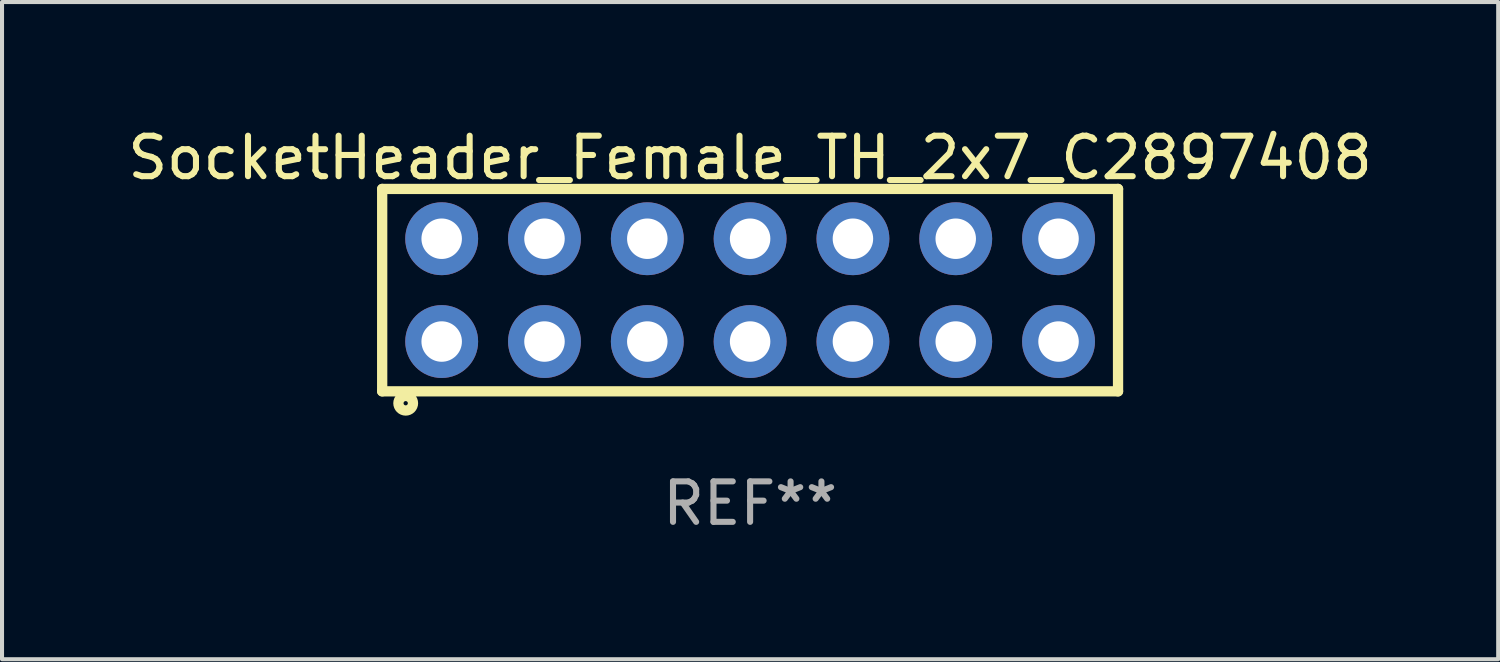
<source format=kicad_pcb>
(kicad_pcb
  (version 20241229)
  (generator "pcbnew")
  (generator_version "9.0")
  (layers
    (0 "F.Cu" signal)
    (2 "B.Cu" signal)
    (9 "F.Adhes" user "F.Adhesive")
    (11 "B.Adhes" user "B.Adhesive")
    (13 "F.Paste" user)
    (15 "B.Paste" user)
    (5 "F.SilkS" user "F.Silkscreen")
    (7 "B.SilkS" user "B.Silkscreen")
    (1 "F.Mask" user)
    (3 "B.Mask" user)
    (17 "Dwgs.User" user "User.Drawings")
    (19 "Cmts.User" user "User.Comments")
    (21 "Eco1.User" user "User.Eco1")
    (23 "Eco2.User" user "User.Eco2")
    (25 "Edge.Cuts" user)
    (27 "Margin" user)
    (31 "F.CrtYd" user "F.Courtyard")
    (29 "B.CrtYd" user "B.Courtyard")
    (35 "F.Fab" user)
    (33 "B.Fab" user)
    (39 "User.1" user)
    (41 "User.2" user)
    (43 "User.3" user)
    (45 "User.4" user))
  (footprint "SocketHeader_Female_TH_2x7_C2897408"
    (layer "F.Cu")
    (at 15.482 4.118)
    (property "Reference" "SocketHeader_Female_TH_2x7_C2897408" (at 0 -3.27 0) (layer "F.SilkS") (effects (font (size 1 1) (thickness 0.15))))
    (attr through_hole)
    (fp_line (start -9.09 -2.5) (end -9.09 2.5) (stroke (width 0.254) (type solid)) (layer "F.SilkS"))
    (fp_line (start -9.09 2.5) (end 9.09 2.5) (stroke (width 0.254) (type solid)) (layer "F.SilkS"))
    (fp_line (start 9.09 -2.5) (end -9.09 -2.5) (stroke (width 0.254) (type solid)) (layer "F.SilkS"))
    (fp_line (start 9.09 2.5) (end 9.09 -2.5) (stroke (width 0.254) (type solid)) (layer "F.SilkS"))
    (fp_circle (center -9.09 2.5) (end -9.06 2.5) (stroke (width 0.06) (type solid)) (fill no) (layer "F.SilkS"))
    (fp_circle (center -8.509 2.794) (end -8.329 2.794) (stroke (width 0.254) (type solid)) (fill no) (layer "F.SilkS"))
    (fp_text user "REF**" (at 0 5.27 0) (layer "F.Fab") (effects (font (size 1 1) (thickness 0.15))))
    (pad "1" thru_hole circle (at -7.62 1.27) (size 1.8 1.8) (drill 1) (layers "*.Cu" "*.Mask"))
    (pad "2" thru_hole circle (at -7.62 -1.27) (size 1.8 1.8) (drill 1) (layers "*.Cu" "*.Mask"))
    (pad "3" thru_hole circle (at -5.08 1.27) (size 1.8 1.8) (drill 1) (layers "*.Cu" "*.Mask"))
    (pad "4" thru_hole circle (at -5.08 -1.27) (size 1.8 1.8) (drill 1) (layers "*.Cu" "*.Mask"))
    (pad "5" thru_hole circle (at -2.54 1.27) (size 1.8 1.8) (drill 1) (layers "*.Cu" "*.Mask"))
    (pad "6" thru_hole circle (at -2.54 -1.27) (size 1.8 1.8) (drill 1) (layers "*.Cu" "*.Mask"))
    (pad "7" thru_hole circle (at 0 1.27) (size 1.8 1.8) (drill 1) (layers "*.Cu" "*.Mask"))
    (pad "8" thru_hole circle (at 0 -1.27) (size 1.8 1.8) (drill 1) (layers "*.Cu" "*.Mask"))
    (pad "9" thru_hole circle (at 2.54 1.27) (size 1.8 1.8) (drill 1) (layers "*.Cu" "*.Mask"))
    (pad "10" thru_hole circle (at 2.54 -1.27) (size 1.8 1.8) (drill 1) (layers "*.Cu" "*.Mask"))
    (pad "11" thru_hole circle (at 5.08 1.27) (size 1.8 1.8) (drill 1) (layers "*.Cu" "*.Mask"))
    (pad "12" thru_hole circle (at 5.08 -1.27) (size 1.8 1.8) (drill 1) (layers "*.Cu" "*.Mask"))
    (pad "13" thru_hole circle (at 7.62 1.27) (size 1.8 1.8) (drill 1) (layers "*.Cu" "*.Mask"))
    (pad "14" thru_hole circle (at 7.62 -1.27) (size 1.8 1.8) (drill 1) (layers "*.Cu" "*.Mask")))
  (gr_rect
    (start -3 -3)
    (end 33.964 13.237)
    (stroke (width 0.1) (type default))
    (fill no)
    (layer "Edge.Cuts")))
</source>
